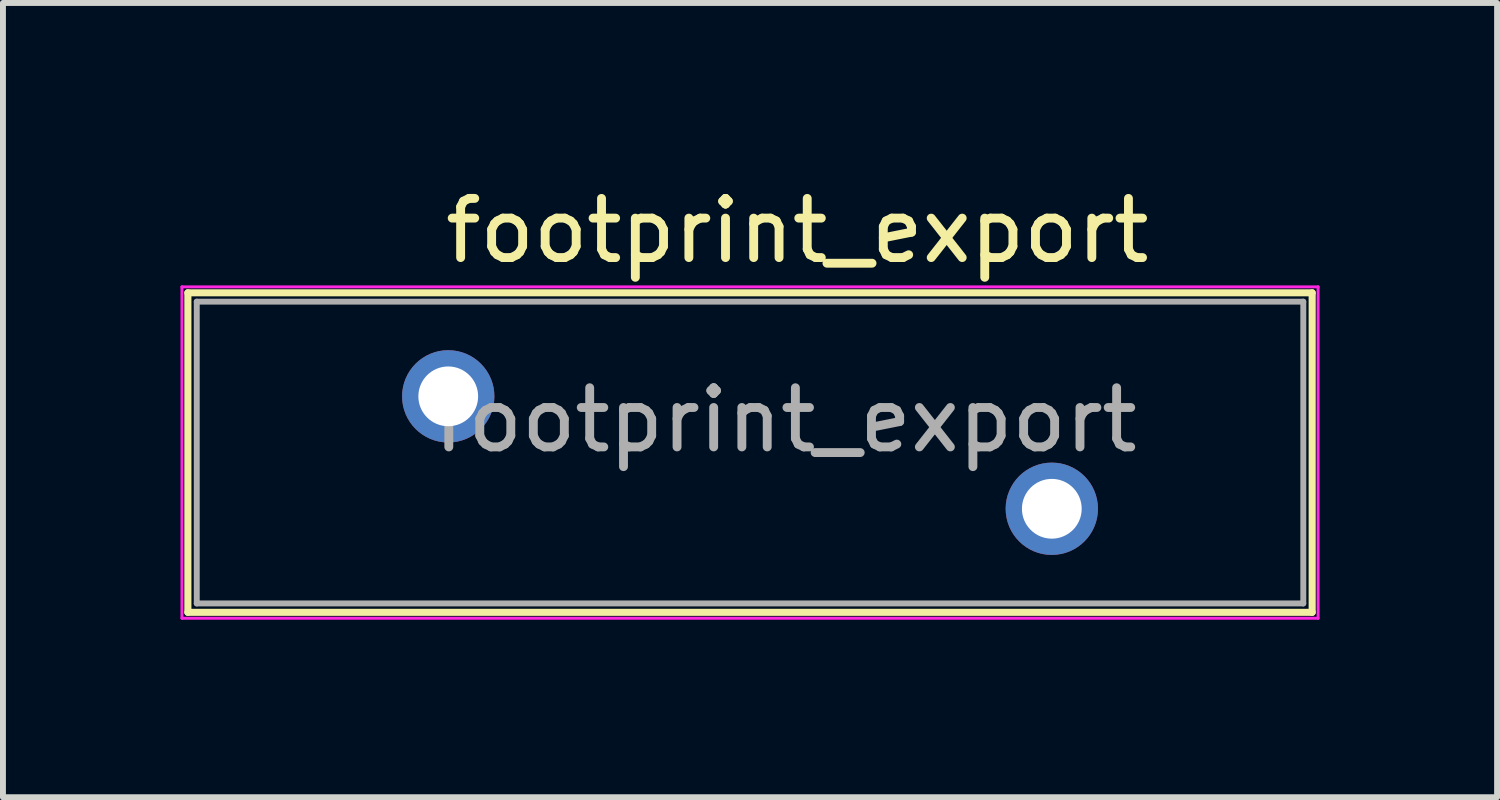
<source format=kicad_pcb>
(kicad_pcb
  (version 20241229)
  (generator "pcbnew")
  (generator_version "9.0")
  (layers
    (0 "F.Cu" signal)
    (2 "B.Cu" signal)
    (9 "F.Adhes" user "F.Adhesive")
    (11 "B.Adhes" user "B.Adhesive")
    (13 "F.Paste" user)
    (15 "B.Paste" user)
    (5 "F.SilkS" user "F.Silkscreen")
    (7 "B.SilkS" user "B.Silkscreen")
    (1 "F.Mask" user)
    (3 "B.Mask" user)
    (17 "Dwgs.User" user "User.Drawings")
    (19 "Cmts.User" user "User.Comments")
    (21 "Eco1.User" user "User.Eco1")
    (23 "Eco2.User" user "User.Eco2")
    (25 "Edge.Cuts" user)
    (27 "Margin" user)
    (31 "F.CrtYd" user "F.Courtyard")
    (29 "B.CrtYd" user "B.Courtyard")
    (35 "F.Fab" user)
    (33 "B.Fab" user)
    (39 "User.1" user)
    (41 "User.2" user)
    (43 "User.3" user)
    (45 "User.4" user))
  (footprint "footprint_export"
    (layer "F.Cu")
    (at 4.525 3.648)
    (property "Reference" "footprint_export" (at 5.9 -2.8 0) (layer "F.SilkS") (effects (font (size 1 1) (thickness 0.15))))
    (attr through_hole)
    (fp_line (start -4.4 -1.75) (end -4.4 3.65) (stroke (width 0.12) (type solid)) (layer "F.SilkS"))
    (fp_line (start -4.4 -1.75) (end 14.6 -1.75) (stroke (width 0.12) (type solid)) (layer "F.SilkS"))
    (fp_line (start -4.4 3.65) (end 14.6 3.65) (stroke (width 0.12) (type solid)) (layer "F.SilkS"))
    (fp_line (start 14.6 -1.75) (end 14.6 3.65) (stroke (width 0.12) (type solid)) (layer "F.SilkS"))
    (fp_line (start -4.5 -1.85) (end -4.5 3.75) (stroke (width 0.05) (type solid)) (layer "F.CrtYd"))
    (fp_line (start -4.5 -1.85) (end 14.7 -1.85) (stroke (width 0.05) (type solid)) (layer "F.CrtYd"))
    (fp_line (start -4.5 3.75) (end 14.7 3.75) (stroke (width 0.05) (type solid)) (layer "F.CrtYd"))
    (fp_line (start 14.7 -1.85) (end 14.7 3.75) (stroke (width 0.05) (type solid)) (layer "F.CrtYd"))
    (fp_line (start -4.25 -1.6) (end -4.25 3.5) (stroke (width 0.1) (type solid)) (layer "F.Fab"))
    (fp_line (start -4.25 -1.6) (end 14.45 -1.6) (stroke (width 0.1) (type solid)) (layer "F.Fab"))
    (fp_line (start -4.25 3.5) (end 14.45 3.5) (stroke (width 0.1) (type solid)) (layer "F.Fab"))
    (fp_line (start 14.45 -1.6) (end 14.45 3.5) (stroke (width 0.1) (type solid)) (layer "F.Fab"))
    (fp_text user "${REFERENCE}" (at 5.7 0.4 0) (layer "F.Fab") (effects (font (size 1 1) (thickness 0.15))))
    (pad "1" thru_hole circle (at 0 0) (size 1.56 1.56) (drill 1.01) (layers "*.Cu" "*.Mask"))
    (pad "2" thru_hole circle (at 10.2 1.9) (size 1.56 1.56) (drill 1.01) (layers "*.Cu" "*.Mask")))
  (gr_rect
    (start -3 -3)
    (end 22.25 10.423)
    (stroke (width 0.1) (type default))
    (fill no)
    (layer "Edge.Cuts")))
</source>
